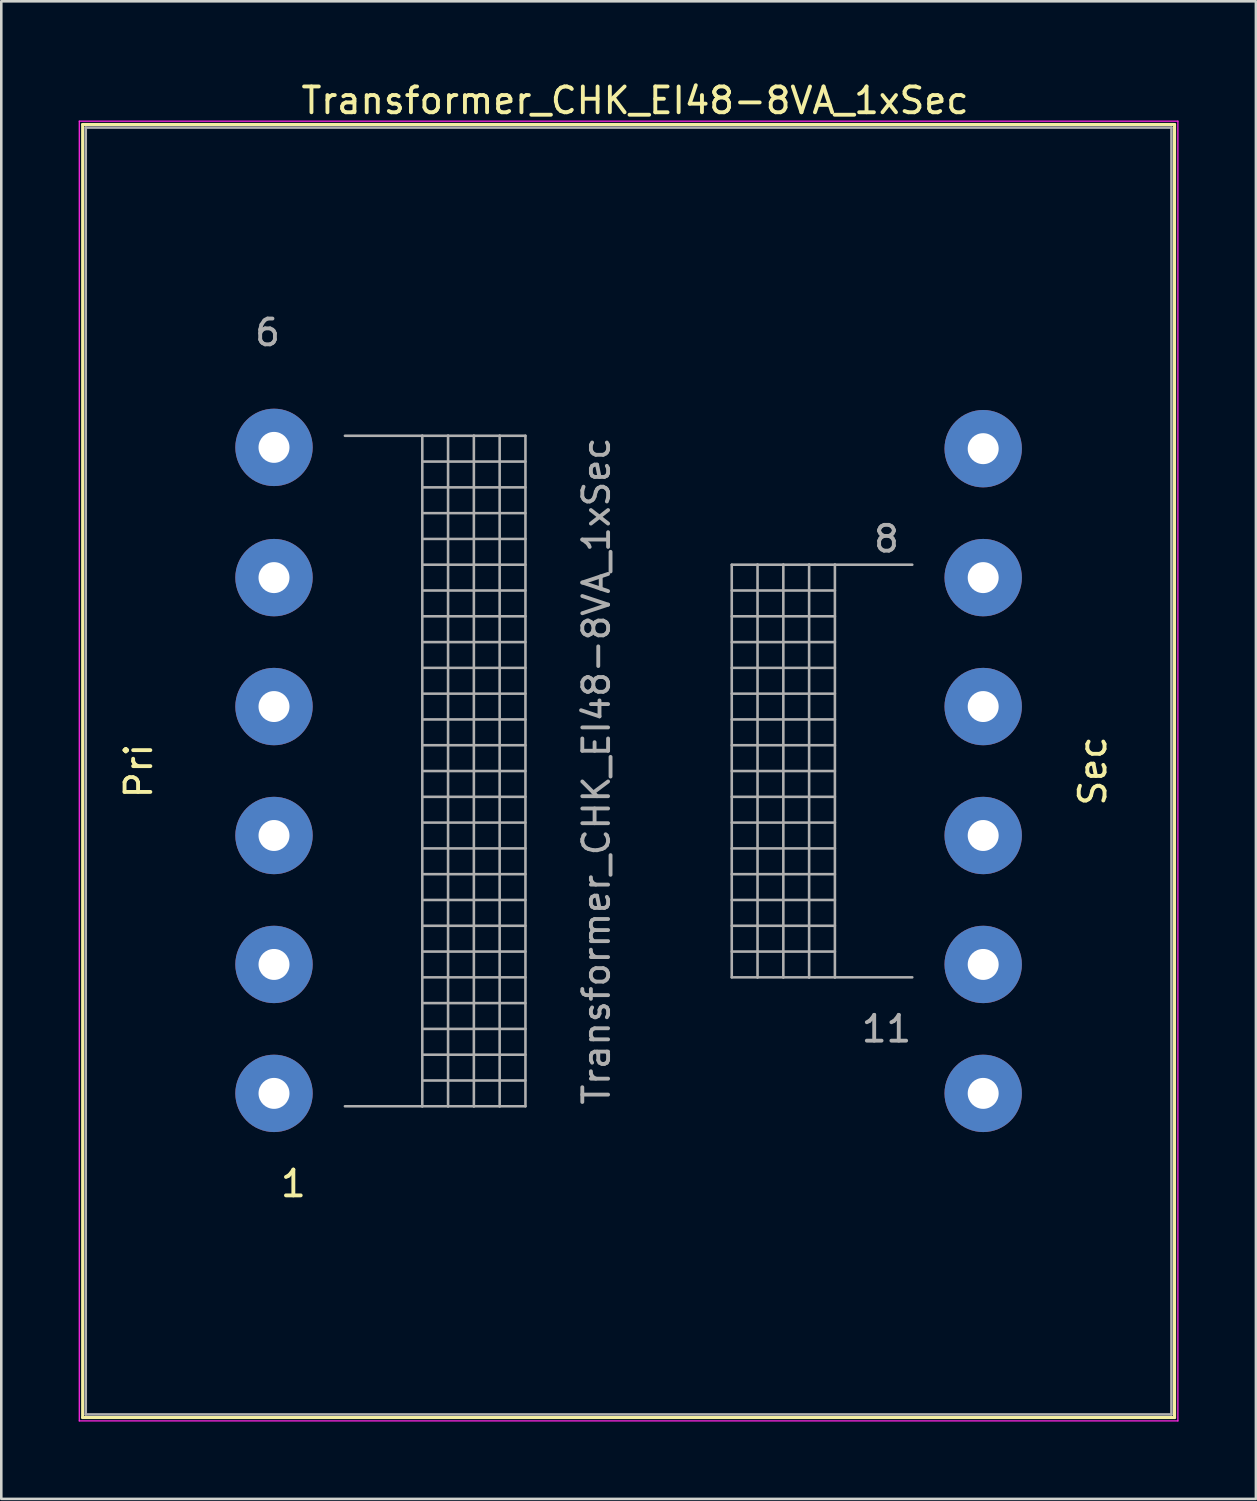
<source format=kicad_pcb>
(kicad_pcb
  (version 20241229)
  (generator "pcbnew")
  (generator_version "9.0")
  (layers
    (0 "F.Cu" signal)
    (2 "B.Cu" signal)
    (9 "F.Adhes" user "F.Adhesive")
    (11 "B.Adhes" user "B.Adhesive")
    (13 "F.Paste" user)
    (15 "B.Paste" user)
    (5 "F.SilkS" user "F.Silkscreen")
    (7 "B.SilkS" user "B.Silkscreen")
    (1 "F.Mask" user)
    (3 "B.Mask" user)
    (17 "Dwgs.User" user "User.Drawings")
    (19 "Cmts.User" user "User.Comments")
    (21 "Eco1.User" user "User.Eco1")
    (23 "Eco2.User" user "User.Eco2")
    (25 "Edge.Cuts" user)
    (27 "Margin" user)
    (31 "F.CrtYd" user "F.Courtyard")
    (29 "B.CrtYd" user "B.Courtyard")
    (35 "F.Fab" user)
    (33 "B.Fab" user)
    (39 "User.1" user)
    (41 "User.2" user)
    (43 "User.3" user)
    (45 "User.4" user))
  (footprint "Transformer_CHK_EI48-8VA_1xSec"
    (layer "F.Cu")
    (at 7.575 39.348)
    (property "Reference" "Transformer_CHK_EI48-8VA_1xSec" (at 14 -38.5 0) (layer "F.SilkS") (effects (font (size 1 1) (thickness 0.15))))
    (attr through_hole)
    (fp_line (start -7.42 -37.57) (end -7.42 12.57) (stroke (width 0.12) (type solid)) (layer "F.SilkS"))
    (fp_line (start -7.42 -37.57) (end 34.92 -37.57) (stroke (width 0.12) (type solid)) (layer "F.SilkS"))
    (fp_line (start 34.92 12.57) (end -7.42 12.57) (stroke (width 0.12) (type solid)) (layer "F.SilkS"))
    (fp_line (start 34.92 12.57) (end 34.92 -37.57) (stroke (width 0.12) (type solid)) (layer "F.SilkS"))
    (fp_line (start -7.55 -37.7) (end -7.55 12.7) (stroke (width 0.05) (type solid)) (layer "F.CrtYd"))
    (fp_line (start -7.55 -37.7) (end 35.05 -37.7) (stroke (width 0.05) (type solid)) (layer "F.CrtYd"))
    (fp_line (start 35.05 12.7) (end -7.55 12.7) (stroke (width 0.05) (type solid)) (layer "F.CrtYd"))
    (fp_line (start 35.05 12.7) (end 35.05 -37.7) (stroke (width 0.05) (type solid)) (layer "F.CrtYd"))
    (fp_line (start -7.3 -37.45) (end 34.8 -37.45) (stroke (width 0.1) (type solid)) (layer "F.Fab"))
    (fp_line (start -7.3 12.45) (end -7.3 -37.45) (stroke (width 0.1) (type solid)) (layer "F.Fab"))
    (fp_line (start 2.75 -25.5) (end 5.75 -25.5) (stroke (width 0.1) (type solid)) (layer "F.Fab"))
    (fp_line (start 5.75 -25.5) (end 5.75 0.5) (stroke (width 0.1) (type solid)) (layer "F.Fab"))
    (fp_line (start 5.75 -25.5) (end 6.75 -25.5) (stroke (width 0.1) (type solid)) (layer "F.Fab"))
    (fp_line (start 5.75 -24.5) (end 9.75 -24.5) (stroke (width 0.1) (type solid)) (layer "F.Fab"))
    (fp_line (start 5.75 -23.5) (end 9.75 -23.5) (stroke (width 0.1) (type solid)) (layer "F.Fab"))
    (fp_line (start 5.75 -22.5) (end 9.75 -22.5) (stroke (width 0.1) (type solid)) (layer "F.Fab"))
    (fp_line (start 5.75 -21.5) (end 9.75 -21.5) (stroke (width 0.1) (type solid)) (layer "F.Fab"))
    (fp_line (start 5.75 -20.5) (end 9.75 -20.5) (stroke (width 0.1) (type solid)) (layer "F.Fab"))
    (fp_line (start 5.75 -19.5) (end 9.75 -19.5) (stroke (width 0.1) (type solid)) (layer "F.Fab"))
    (fp_line (start 5.75 -18.5) (end 9.75 -18.5) (stroke (width 0.1) (type solid)) (layer "F.Fab"))
    (fp_line (start 5.75 -17.5) (end 9.75 -17.5) (stroke (width 0.1) (type solid)) (layer "F.Fab"))
    (fp_line (start 5.75 -16.5) (end 9.75 -16.5) (stroke (width 0.1) (type solid)) (layer "F.Fab"))
    (fp_line (start 5.75 -15.5) (end 9.75 -15.5) (stroke (width 0.1) (type solid)) (layer "F.Fab"))
    (fp_line (start 5.75 -14.5) (end 9.75 -14.5) (stroke (width 0.1) (type solid)) (layer "F.Fab"))
    (fp_line (start 5.75 -13.5) (end 9.75 -13.5) (stroke (width 0.1) (type solid)) (layer "F.Fab"))
    (fp_line (start 5.75 -12.5) (end 9.75 -12.5) (stroke (width 0.1) (type solid)) (layer "F.Fab"))
    (fp_line (start 5.75 -11.5) (end 9.75 -11.5) (stroke (width 0.1) (type solid)) (layer "F.Fab"))
    (fp_line (start 5.75 -10.5) (end 9.75 -10.5) (stroke (width 0.1) (type solid)) (layer "F.Fab"))
    (fp_line (start 5.75 -9.5) (end 9.75 -9.5) (stroke (width 0.1) (type solid)) (layer "F.Fab"))
    (fp_line (start 5.75 -8.5) (end 9.75 -8.5) (stroke (width 0.1) (type solid)) (layer "F.Fab"))
    (fp_line (start 5.75 -7.5) (end 9.75 -7.5) (stroke (width 0.1) (type solid)) (layer "F.Fab"))
    (fp_line (start 5.75 -6.5) (end 9.75 -6.5) (stroke (width 0.1) (type solid)) (layer "F.Fab"))
    (fp_line (start 5.75 -5.5) (end 9.75 -5.5) (stroke (width 0.1) (type solid)) (layer "F.Fab"))
    (fp_line (start 5.75 -4.5) (end 9.75 -4.5) (stroke (width 0.1) (type solid)) (layer "F.Fab"))
    (fp_line (start 5.75 -3.5) (end 9.75 -3.5) (stroke (width 0.1) (type solid)) (layer "F.Fab"))
    (fp_line (start 5.75 -2.5) (end 9.75 -2.5) (stroke (width 0.1) (type solid)) (layer "F.Fab"))
    (fp_line (start 5.75 -1.5) (end 9.75 -1.5) (stroke (width 0.1) (type solid)) (layer "F.Fab"))
    (fp_line (start 5.75 -0.5) (end 9.75 -0.5) (stroke (width 0.1) (type solid)) (layer "F.Fab"))
    (fp_line (start 5.75 0.5) (end 2.75 0.5) (stroke (width 0.1) (type solid)) (layer "F.Fab"))
    (fp_line (start 6.75 -25.5) (end 6.75 0.5) (stroke (width 0.1) (type solid)) (layer "F.Fab"))
    (fp_line (start 6.75 -25.5) (end 7.75 -25.5) (stroke (width 0.1) (type solid)) (layer "F.Fab"))
    (fp_line (start 6.75 0.5) (end 5.75 0.5) (stroke (width 0.1) (type solid)) (layer "F.Fab"))
    (fp_line (start 7.75 -25.5) (end 7.75 0.5) (stroke (width 0.1) (type solid)) (layer "F.Fab"))
    (fp_line (start 7.75 -25.5) (end 8.75 -25.5) (stroke (width 0.1) (type solid)) (layer "F.Fab"))
    (fp_line (start 7.75 0.5) (end 6.75 0.5) (stroke (width 0.1) (type solid)) (layer "F.Fab"))
    (fp_line (start 8.75 -25.5) (end 8.75 0.5) (stroke (width 0.1) (type solid)) (layer "F.Fab"))
    (fp_line (start 8.75 -25.5) (end 9.75 -25.5) (stroke (width 0.1) (type solid)) (layer "F.Fab"))
    (fp_line (start 8.75 0.5) (end 7.75 0.5) (stroke (width 0.1) (type solid)) (layer "F.Fab"))
    (fp_line (start 9.75 -25.5) (end 9.75 0.5) (stroke (width 0.1) (type solid)) (layer "F.Fab"))
    (fp_line (start 9.75 0.5) (end 8.75 0.5) (stroke (width 0.1) (type solid)) (layer "F.Fab"))
    (fp_line (start 17.75 -20.5) (end 17.75 -4.5) (stroke (width 0.1) (type solid)) (layer "F.Fab"))
    (fp_line (start 17.75 -19.5) (end 21.75 -19.5) (stroke (width 0.1) (type solid)) (layer "F.Fab"))
    (fp_line (start 17.75 -18.5) (end 21.75 -18.5) (stroke (width 0.1) (type solid)) (layer "F.Fab"))
    (fp_line (start 17.75 -17.5) (end 21.75 -17.5) (stroke (width 0.1) (type solid)) (layer "F.Fab"))
    (fp_line (start 17.75 -16.5) (end 21.75 -16.5) (stroke (width 0.1) (type solid)) (layer "F.Fab"))
    (fp_line (start 17.75 -15.5) (end 21.75 -15.5) (stroke (width 0.1) (type solid)) (layer "F.Fab"))
    (fp_line (start 17.75 -14.5) (end 21.75 -14.5) (stroke (width 0.1) (type solid)) (layer "F.Fab"))
    (fp_line (start 17.75 -13.5) (end 21.75 -13.5) (stroke (width 0.1) (type solid)) (layer "F.Fab"))
    (fp_line (start 17.75 -12.5) (end 21.75 -12.5) (stroke (width 0.1) (type solid)) (layer "F.Fab"))
    (fp_line (start 17.75 -11.5) (end 21.75 -11.5) (stroke (width 0.1) (type solid)) (layer "F.Fab"))
    (fp_line (start 17.75 -10.5) (end 21.75 -10.5) (stroke (width 0.1) (type solid)) (layer "F.Fab"))
    (fp_line (start 17.75 -9.5) (end 21.75 -9.5) (stroke (width 0.1) (type solid)) (layer "F.Fab"))
    (fp_line (start 17.75 -8.5) (end 21.75 -8.5) (stroke (width 0.1) (type solid)) (layer "F.Fab"))
    (fp_line (start 17.75 -7.5) (end 21.75 -7.5) (stroke (width 0.1) (type solid)) (layer "F.Fab"))
    (fp_line (start 17.75 -6.5) (end 21.75 -6.5) (stroke (width 0.1) (type solid)) (layer "F.Fab"))
    (fp_line (start 17.75 -5.5) (end 21.75 -5.5) (stroke (width 0.1) (type solid)) (layer "F.Fab"))
    (fp_line (start 17.75 -4.5) (end 18.75 -4.5) (stroke (width 0.1) (type solid)) (layer "F.Fab"))
    (fp_line (start 18.75 -20.5) (end 17.75 -20.5) (stroke (width 0.1) (type solid)) (layer "F.Fab"))
    (fp_line (start 18.75 -20.5) (end 18.75 -4.5) (stroke (width 0.1) (type solid)) (layer "F.Fab"))
    (fp_line (start 18.75 -4.5) (end 19.75 -4.5) (stroke (width 0.1) (type solid)) (layer "F.Fab"))
    (fp_line (start 19.75 -20.5) (end 18.75 -20.5) (stroke (width 0.1) (type solid)) (layer "F.Fab"))
    (fp_line (start 19.75 -20.5) (end 19.75 -4.5) (stroke (width 0.1) (type solid)) (layer "F.Fab"))
    (fp_line (start 19.75 -4.5) (end 20.75 -4.5) (stroke (width 0.1) (type solid)) (layer "F.Fab"))
    (fp_line (start 20.75 -20.5) (end 19.75 -20.5) (stroke (width 0.1) (type solid)) (layer "F.Fab"))
    (fp_line (start 20.75 -20.5) (end 20.75 -4.5) (stroke (width 0.1) (type solid)) (layer "F.Fab"))
    (fp_line (start 20.75 -4.5) (end 21.75 -4.5) (stroke (width 0.1) (type solid)) (layer "F.Fab"))
    (fp_line (start 21.75 -20.5) (end 20.75 -20.5) (stroke (width 0.1) (type solid)) (layer "F.Fab"))
    (fp_line (start 21.75 -20.5) (end 21.75 -4.5) (stroke (width 0.1) (type solid)) (layer "F.Fab"))
    (fp_line (start 21.75 -4.5) (end 24.75 -4.5) (stroke (width 0.1) (type solid)) (layer "F.Fab"))
    (fp_line (start 24.75 -20.5) (end 21.75 -20.5) (stroke (width 0.1) (type solid)) (layer "F.Fab"))
    (fp_line (start 34.8 -37.45) (end 34.8 12.45) (stroke (width 0.1) (type solid)) (layer "F.Fab"))
    (fp_line (start 34.8 12.45) (end -7.3 12.45) (stroke (width 0.1) (type solid)) (layer "F.Fab"))
    (fp_text user "1" (at 0.75 3.5 0) (layer "F.SilkS") (effects (font (size 1 1) (thickness 0.15))))
    (fp_text user "Pri" (at -5.25 -12.5 90) (layer "F.SilkS") (effects (font (size 1 1) (thickness 0.15))))
    (fp_text user "Sec" (at 31.75 -12.5 90) (layer "F.SilkS") (effects (font (size 1 1) (thickness 0.15))))
    (fp_text user "${REFERENCE}" (at 12.5 -12.5 90) (layer "F.Fab") (effects (font (size 1 1) (thickness 0.15))))
    (fp_text user "8" (at 23.75 -21.5 0) (layer "F.Fab") (effects (font (size 1 1) (thickness 0.15))))
    (fp_text user "11" (at 23.75 -2.5 0) (layer "F.Fab") (effects (font (size 1 1) (thickness 0.15))))
    (fp_text user "6" (at -0.25 -29.5 0) (layer "F.Fab") (effects (font (size 1 1) (thickness 0.15))))
    (pad "1" thru_hole circle (at 0 0) (size 3 3) (drill 1.2) (layers "*.Cu" "*.Mask"))
    (pad "2" thru_hole circle (at 0 -5) (size 3 3) (drill 1.2) (layers "*.Cu" "*.Mask"))
    (pad "3" thru_hole circle (at 0 -10) (size 3 3) (drill 1.2) (layers "*.Cu" "*.Mask"))
    (pad "4" thru_hole circle (at 0 -15) (size 3 3) (drill 1.2) (layers "*.Cu" "*.Mask"))
    (pad "5" thru_hole circle (at 0 -20) (size 3 3) (drill 1.2) (layers "*.Cu" "*.Mask"))
    (pad "6" thru_hole circle (at 0 -25.05) (size 3 3) (drill 1.2) (layers "*.Cu" "*.Mask"))
    (pad "7" thru_hole circle (at 27.5 -25) (size 3 3) (drill 1.2) (layers "*.Cu" "*.Mask"))
    (pad "8" thru_hole circle (at 27.5 -20) (size 3 3) (drill 1.2) (layers "*.Cu" "*.Mask"))
    (pad "9" thru_hole circle (at 27.5 -15) (size 3 3) (drill 1.2) (layers "*.Cu" "*.Mask"))
    (pad "10" thru_hole circle (at 27.5 -10) (size 3 3) (drill 1.2) (layers "*.Cu" "*.Mask"))
    (pad "11" thru_hole circle (at 27.5 -5) (size 3 3) (drill 1.2) (layers "*.Cu" "*.Mask"))
    (pad "12" thru_hole circle (at 27.5 0) (size 3 3) (drill 1.2) (layers "*.Cu" "*.Mask")))
  (gr_rect
    (start -3 -3)
    (end 45.65 55.073)
    (stroke (width 0.1) (type default))
    (fill no)
    (layer "Edge.Cuts")))
</source>
